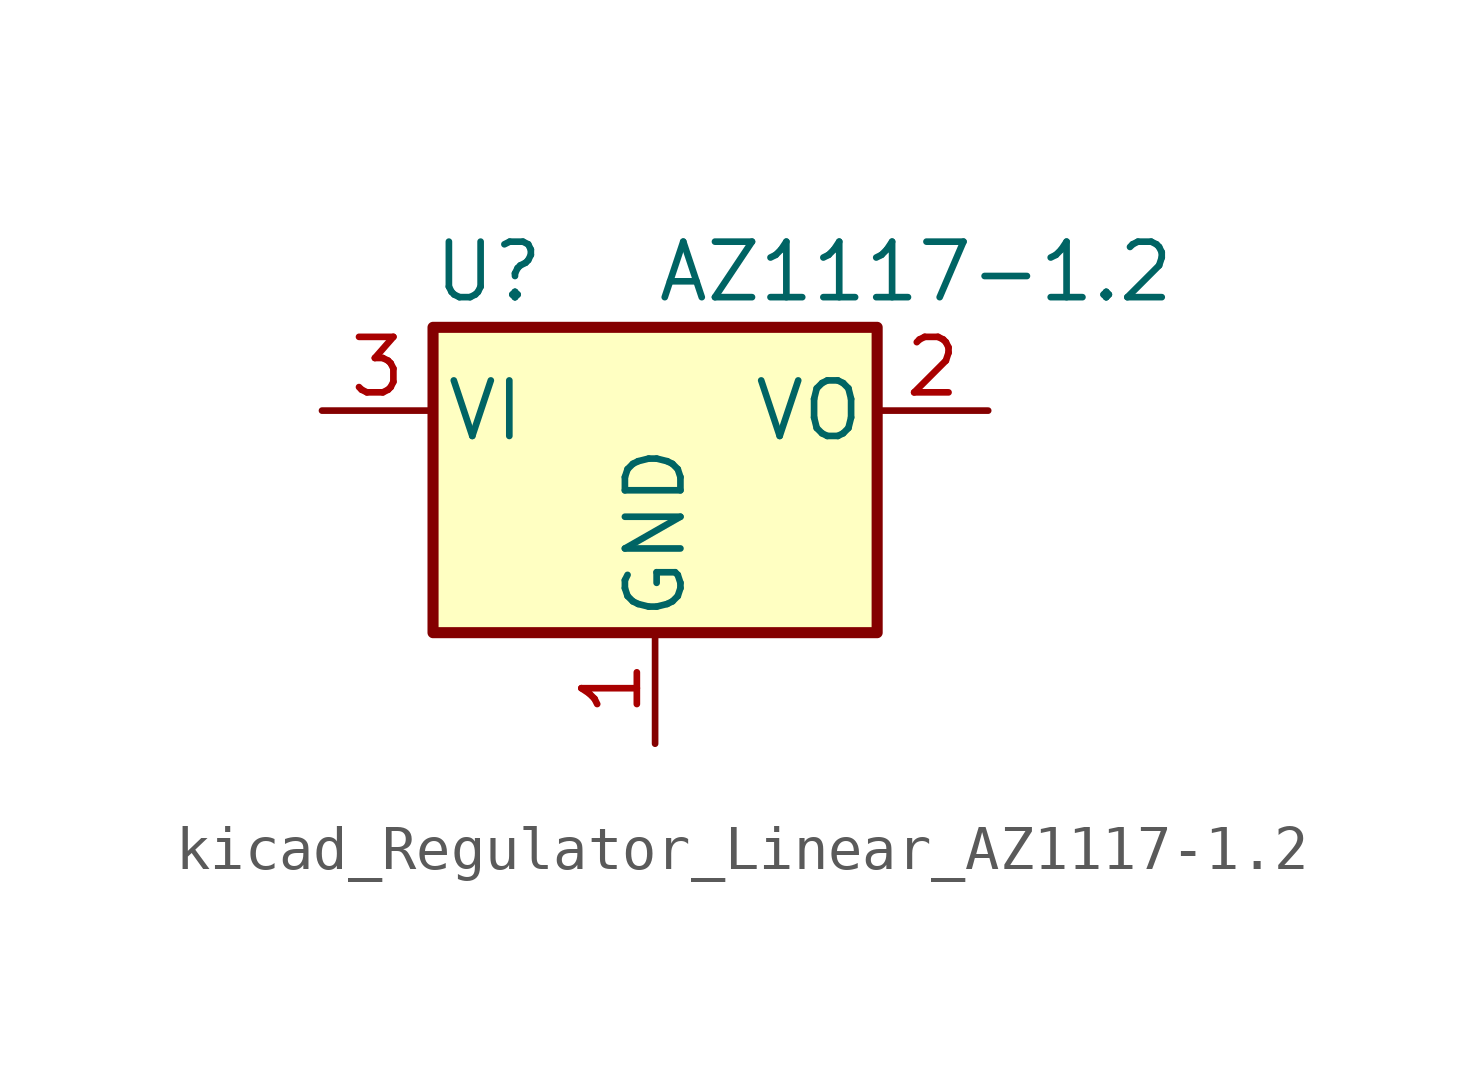
<source format=kicad_sym>
(kicad_symbol_lib
  (version 20220914)
  (generator kicad_symbol_editor)
  (symbol "kicad_Regulator_Linear_AZ1117-1.2"
    (pin_names
      (offset 0.254))
    (property "Reference" "U"
      (at -3.81 3.175 0)
      (effects (font (size 1.27 1.27))))
    (property "Value" "AZ1117-1.2"
      (at 0 3.175 0)
      (effects (font (size 1.27 1.27)) (justify left)))
    (symbol "kicad_Regulator_Linear_AZ1117-1.2_0_1"
      (rectangle (start -5.08 1.905) (end 5.08 -5.08) (stroke (width 0.254) (type default)) (fill (type background))))
    (symbol "kicad_Regulator_Linear_AZ1117-1.2_1_1"
      (pin power_in line (at 0 -7.62 90) (length 2.54) (name "GND" (effects (font (size 1.27 1.27)))) (number "1" (effects (font (size 1.27 1.27)))))
      (pin power_out line (at 7.62 0 180) (length 2.54) (name "VO" (effects (font (size 1.27 1.27)))) (number "2" (effects (font (size 1.27 1.27)))))
      (pin power_in line (at -7.62 0 0) (length 2.54) (name "VI" (effects (font (size 1.27 1.27)))) (number "3" (effects (font (size 1.27 1.27))))))))
</source>
